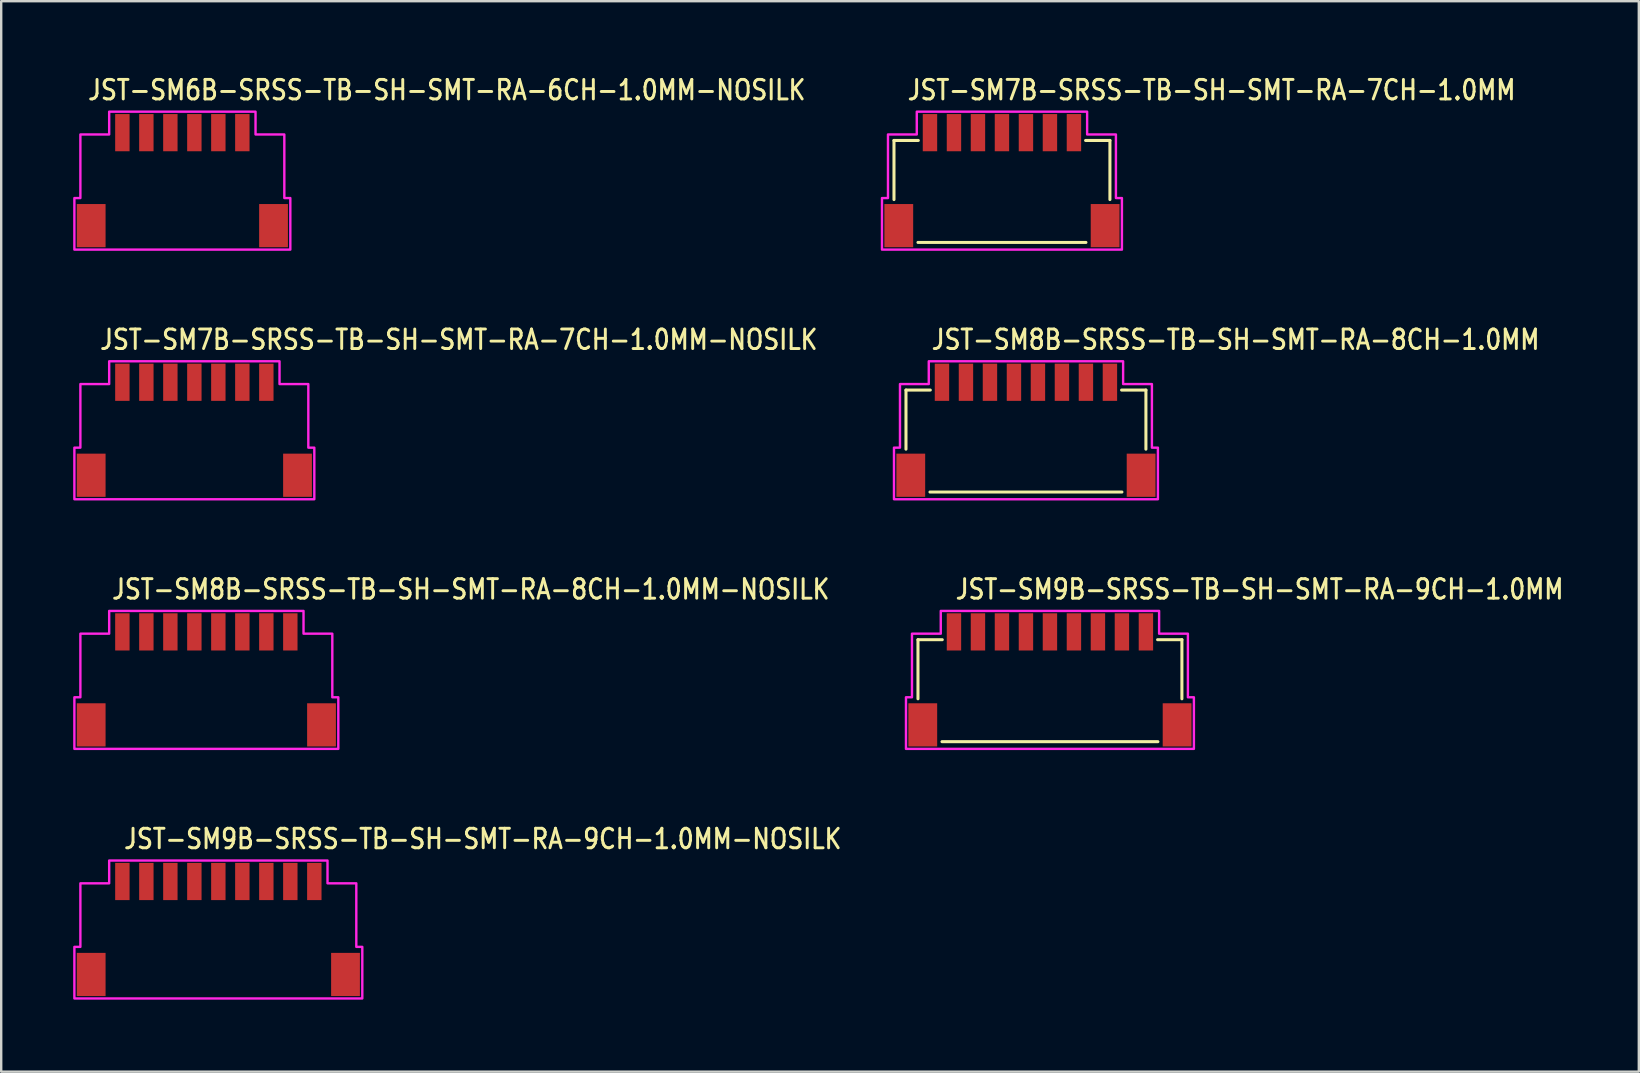
<source format=kicad_pcb>
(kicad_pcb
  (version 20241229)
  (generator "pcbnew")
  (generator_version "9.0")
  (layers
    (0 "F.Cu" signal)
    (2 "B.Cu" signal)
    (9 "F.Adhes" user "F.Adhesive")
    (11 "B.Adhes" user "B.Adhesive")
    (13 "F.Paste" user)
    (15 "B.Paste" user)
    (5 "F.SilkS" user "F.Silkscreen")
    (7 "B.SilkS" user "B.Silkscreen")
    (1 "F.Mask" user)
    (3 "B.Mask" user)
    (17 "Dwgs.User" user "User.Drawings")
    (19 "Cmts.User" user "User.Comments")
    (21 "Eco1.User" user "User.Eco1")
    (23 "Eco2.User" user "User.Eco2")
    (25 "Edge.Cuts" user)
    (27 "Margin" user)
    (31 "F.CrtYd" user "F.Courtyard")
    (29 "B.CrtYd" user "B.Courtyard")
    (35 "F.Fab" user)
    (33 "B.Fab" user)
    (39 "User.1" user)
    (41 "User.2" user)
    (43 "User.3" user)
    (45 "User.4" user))
  (footprint "JST-SM7B-SRSS-TB-SH-SMT-RA-7CH-1.0MM"
    (layer "F.Cu")
    (at 38.709 4.479)
    (property "Reference" "JST-SM7B-SRSS-TB-SH-SMT-RA-7CH-1.0MM" (at -4 -3.3 0) (unlocked yes) (layer "F.SilkS") (effects (font (size 0.813 0.695) (thickness 0.122)) (justify left bottom)))
    (fp_line (start -4.5 -1.675) (end -3.486 -1.675) (stroke (width 0.127) (type solid)) (layer "F.SilkS"))
    (fp_line (start -4.5 0.788) (end -4.5 -1.675) (stroke (width 0.127) (type solid)) (layer "F.SilkS"))
    (fp_line (start -3.5 2.575) (end 3.5 2.575) (stroke (width 0.127) (type solid)) (layer "F.SilkS"))
    (fp_line (start 3.486 -1.675) (end 4.5 -1.675) (stroke (width 0.127) (type solid)) (layer "F.SilkS"))
    (fp_line (start 4.5 -1.675) (end 4.5 0.788) (stroke (width 0.127) (type solid)) (layer "F.SilkS"))
    (fp_poly (pts (xy -5 2.875) (xy -5 0.725) (xy -4.75 0.725) (xy -4.75 -1.925) (xy -3.55 -1.925) (xy -3.55 -2.875) (xy 3.55 -2.875) (xy 3.55 -1.925) (xy 4.75 -1.925) (xy 4.75 0.725) (xy 5 0.725) (xy 5 2.875)) (stroke (width 0.1) (type solid)) (fill no) (layer "F.CrtYd"))
    (pad "1" smd rect (at -3 -2) (size 0.6 1.55) (layers "F.Cu" "F.Mask" "F.Paste"))
    (pad "2" smd rect (at -2 -2) (size 0.6 1.55) (layers "F.Cu" "F.Mask" "F.Paste"))
    (pad "3" smd rect (at -1 -2) (size 0.6 1.55) (layers "F.Cu" "F.Mask" "F.Paste"))
    (pad "4" smd rect (at 0 -2) (size 0.6 1.55) (layers "F.Cu" "F.Mask" "F.Paste"))
    (pad "5" smd rect (at 1 -2) (size 0.6 1.55) (layers "F.Cu" "F.Mask" "F.Paste"))
    (pad "6" smd rect (at 2 -2) (size 0.6 1.55) (layers "F.Cu" "F.Mask" "F.Paste"))
    (pad "7" smd rect (at 3 -2) (size 0.6 1.55) (layers "F.Cu" "F.Mask" "F.Paste"))
    (pad "S_6" smd rect (at -4.3 1.875) (size 1.2 1.8) (layers "F.Cu" "F.Mask" "F.Paste"))
    (pad "S_7" smd rect (at 4.3 1.875) (size 1.2 1.8) (layers "F.Cu" "F.Mask" "F.Paste")))
  (footprint "JST-SM8B-SRSS-TB-SH-SMT-RA-8CH-1.0MM-NOSILK"
    (layer "F.Cu")
    (at 5.55 25.286)
    (property "Reference" "JST-SM8B-SRSS-TB-SH-SMT-RA-8CH-1.0MM-NOSILK" (at -4 -3.3 0) (unlocked yes) (layer "F.SilkS") (effects (font (size 0.813 0.695) (thickness 0.122)) (justify left bottom)))
    (fp_poly (pts (xy -5.5 2.875) (xy -5.5 0.725) (xy -5.25 0.725) (xy -5.25 -1.925) (xy -4.05 -1.925) (xy -4.05 -2.875) (xy 4.05 -2.875) (xy 4.05 -1.925) (xy 5.25 -1.925) (xy 5.25 0.725) (xy 5.5 0.725) (xy 5.5 2.875)) (stroke (width 0.1) (type solid)) (fill no) (layer "F.CrtYd"))
    (pad "1" smd rect (at -3.5 -2) (size 0.6 1.55) (layers "F.Cu" "F.Mask" "F.Paste"))
    (pad "2" smd rect (at -2.5 -2) (size 0.6 1.55) (layers "F.Cu" "F.Mask" "F.Paste"))
    (pad "3" smd rect (at -1.5 -2) (size 0.6 1.55) (layers "F.Cu" "F.Mask" "F.Paste"))
    (pad "4" smd rect (at -0.5 -2) (size 0.6 1.55) (layers "F.Cu" "F.Mask" "F.Paste"))
    (pad "5" smd rect (at 0.5 -2) (size 0.6 1.55) (layers "F.Cu" "F.Mask" "F.Paste"))
    (pad "6" smd rect (at 1.5 -2) (size 0.6 1.55) (layers "F.Cu" "F.Mask" "F.Paste"))
    (pad "7" smd rect (at 2.5 -2) (size 0.6 1.55) (layers "F.Cu" "F.Mask" "F.Paste"))
    (pad "8" smd rect (at 3.5 -2) (size 0.6 1.55) (layers "F.Cu" "F.Mask" "F.Paste"))
    (pad "S_8" smd rect (at -4.8 1.875) (size 1.2 1.8) (layers "F.Cu" "F.Mask" "F.Paste"))
    (pad "S_9" smd rect (at 4.8 1.875) (size 1.2 1.8) (layers "F.Cu" "F.Mask" "F.Paste")))
  (footprint "JST-SM8B-SRSS-TB-SH-SMT-RA-8CH-1.0MM"
    (layer "F.Cu")
    (at 39.709 14.882)
    (property "Reference" "JST-SM8B-SRSS-TB-SH-SMT-RA-8CH-1.0MM" (at -4 -3.3 0) (unlocked yes) (layer "F.SilkS") (effects (font (size 0.813 0.695) (thickness 0.122)) (justify left bottom)))
    (fp_line (start -5 -1.675) (end -3.986 -1.675) (stroke (width 0.127) (type solid)) (layer "F.SilkS"))
    (fp_line (start -5 0.788) (end -5 -1.675) (stroke (width 0.127) (type solid)) (layer "F.SilkS"))
    (fp_line (start -4 2.575) (end 4 2.575) (stroke (width 0.127) (type solid)) (layer "F.SilkS"))
    (fp_line (start 3.986 -1.675) (end 5 -1.675) (stroke (width 0.127) (type solid)) (layer "F.SilkS"))
    (fp_line (start 5 -1.675) (end 5 0.788) (stroke (width 0.127) (type solid)) (layer "F.SilkS"))
    (fp_poly (pts (xy -5.5 2.875) (xy -5.5 0.725) (xy -5.25 0.725) (xy -5.25 -1.925) (xy -4.05 -1.925) (xy -4.05 -2.875) (xy 4.05 -2.875) (xy 4.05 -1.925) (xy 5.25 -1.925) (xy 5.25 0.725) (xy 5.5 0.725) (xy 5.5 2.875)) (stroke (width 0.1) (type solid)) (fill no) (layer "F.CrtYd"))
    (pad "1" smd rect (at -3.5 -2) (size 0.6 1.55) (layers "F.Cu" "F.Mask" "F.Paste"))
    (pad "2" smd rect (at -2.5 -2) (size 0.6 1.55) (layers "F.Cu" "F.Mask" "F.Paste"))
    (pad "3" smd rect (at -1.5 -2) (size 0.6 1.55) (layers "F.Cu" "F.Mask" "F.Paste"))
    (pad "4" smd rect (at -0.5 -2) (size 0.6 1.55) (layers "F.Cu" "F.Mask" "F.Paste"))
    (pad "5" smd rect (at 0.5 -2) (size 0.6 1.55) (layers "F.Cu" "F.Mask" "F.Paste"))
    (pad "6" smd rect (at 1.5 -2) (size 0.6 1.55) (layers "F.Cu" "F.Mask" "F.Paste"))
    (pad "7" smd rect (at 2.5 -2) (size 0.6 1.55) (layers "F.Cu" "F.Mask" "F.Paste"))
    (pad "8" smd rect (at 3.5 -2) (size 0.6 1.55) (layers "F.Cu" "F.Mask" "F.Paste"))
    (pad "S_7" smd rect (at -4.8 1.875) (size 1.2 1.8) (layers "F.Cu" "F.Mask" "F.Paste"))
    (pad "S_8" smd rect (at 4.8 1.875) (size 1.2 1.8) (layers "F.Cu" "F.Mask" "F.Paste")))
  (footprint "JST-SM9B-SRSS-TB-SH-SMT-RA-9CH-1.0MM"
    (layer "F.Cu")
    (at 40.709 25.286)
    (property "Reference" "JST-SM9B-SRSS-TB-SH-SMT-RA-9CH-1.0MM" (at -4 -3.3 0) (unlocked yes) (layer "F.SilkS") (effects (font (size 0.813 0.695) (thickness 0.122)) (justify left bottom)))
    (fp_line (start -5.5 -1.675) (end -4.487 -1.675) (stroke (width 0.127) (type solid)) (layer "F.SilkS"))
    (fp_line (start -5.5 0.788) (end -5.5 -1.675) (stroke (width 0.127) (type solid)) (layer "F.SilkS"))
    (fp_line (start -4.5 2.575) (end 4.5 2.575) (stroke (width 0.127) (type solid)) (layer "F.SilkS"))
    (fp_line (start 4.487 -1.675) (end 5.5 -1.675) (stroke (width 0.127) (type solid)) (layer "F.SilkS"))
    (fp_line (start 5.5 -1.675) (end 5.5 0.788) (stroke (width 0.127) (type solid)) (layer "F.SilkS"))
    (fp_poly (pts (xy -6 2.875) (xy -6 0.725) (xy -5.75 0.725) (xy -5.75 -1.925) (xy -4.55 -1.925) (xy -4.55 -2.875) (xy 4.55 -2.875) (xy 4.55 -1.925) (xy 5.75 -1.925) (xy 5.75 0.725) (xy 6 0.725) (xy 6 2.875)) (stroke (width 0.1) (type solid)) (fill no) (layer "F.CrtYd"))
    (pad "1" smd rect (at -4 -2) (size 0.6 1.55) (layers "F.Cu" "F.Mask" "F.Paste"))
    (pad "2" smd rect (at -3 -2) (size 0.6 1.55) (layers "F.Cu" "F.Mask" "F.Paste"))
    (pad "3" smd rect (at -2 -2) (size 0.6 1.55) (layers "F.Cu" "F.Mask" "F.Paste"))
    (pad "4" smd rect (at -1 -2) (size 0.6 1.55) (layers "F.Cu" "F.Mask" "F.Paste"))
    (pad "5" smd rect (at 0 -2) (size 0.6 1.55) (layers "F.Cu" "F.Mask" "F.Paste"))
    (pad "6" smd rect (at 1 -2) (size 0.6 1.55) (layers "F.Cu" "F.Mask" "F.Paste"))
    (pad "7" smd rect (at 2 -2) (size 0.6 1.55) (layers "F.Cu" "F.Mask" "F.Paste"))
    (pad "8" smd rect (at 3 -2) (size 0.6 1.55) (layers "F.Cu" "F.Mask" "F.Paste"))
    (pad "9" smd rect (at 4 -2) (size 0.6 1.55) (layers "F.Cu" "F.Mask" "F.Paste"))
    (pad "S_8" smd rect (at -5.3 1.875) (size 1.2 1.8) (layers "F.Cu" "F.Mask" "F.Paste"))
    (pad "S_9" smd rect (at 5.3 1.875) (size 1.2 1.8) (layers "F.Cu" "F.Mask" "F.Paste")))
  (footprint "JST-SM7B-SRSS-TB-SH-SMT-RA-7CH-1.0MM-NOSILK"
    (layer "F.Cu")
    (at 5.05 14.882)
    (property "Reference" "JST-SM7B-SRSS-TB-SH-SMT-RA-7CH-1.0MM-NOSILK" (at -4 -3.3 0) (unlocked yes) (layer "F.SilkS") (effects (font (size 0.813 0.695) (thickness 0.122)) (justify left bottom)))
    (fp_poly (pts (xy -5 2.875) (xy -5 0.725) (xy -4.75 0.725) (xy -4.75 -1.925) (xy -3.55 -1.925) (xy -3.55 -2.875) (xy 3.55 -2.875) (xy 3.55 -1.925) (xy 4.75 -1.925) (xy 4.75 0.725) (xy 5 0.725) (xy 5 2.875)) (stroke (width 0.1) (type solid)) (fill no) (layer "F.CrtYd"))
    (pad "1" smd rect (at -3 -2) (size 0.6 1.55) (layers "F.Cu" "F.Mask" "F.Paste"))
    (pad "2" smd rect (at -2 -2) (size 0.6 1.55) (layers "F.Cu" "F.Mask" "F.Paste"))
    (pad "3" smd rect (at -1 -2) (size 0.6 1.55) (layers "F.Cu" "F.Mask" "F.Paste"))
    (pad "4" smd rect (at 0 -2) (size 0.6 1.55) (layers "F.Cu" "F.Mask" "F.Paste"))
    (pad "5" smd rect (at 1 -2) (size 0.6 1.55) (layers "F.Cu" "F.Mask" "F.Paste"))
    (pad "6" smd rect (at 2 -2) (size 0.6 1.55) (layers "F.Cu" "F.Mask" "F.Paste"))
    (pad "7" smd rect (at 3 -2) (size 0.6 1.55) (layers "F.Cu" "F.Mask" "F.Paste"))
    (pad "S_7" smd rect (at -4.3 1.875) (size 1.2 1.8) (layers "F.Cu" "F.Mask" "F.Paste"))
    (pad "S_8" smd rect (at 4.3 1.875) (size 1.2 1.8) (layers "F.Cu" "F.Mask" "F.Paste")))
  (footprint "JST-SM9B-SRSS-TB-SH-SMT-RA-9CH-1.0MM-NOSILK"
    (layer "F.Cu")
    (at 6.05 35.689)
    (property "Reference" "JST-SM9B-SRSS-TB-SH-SMT-RA-9CH-1.0MM-NOSILK" (at -4 -3.3 0) (unlocked yes) (layer "F.SilkS") (effects (font (size 0.813 0.695) (thickness 0.122)) (justify left bottom)))
    (fp_poly (pts (xy -6 2.875) (xy -6 0.725) (xy -5.75 0.725) (xy -5.75 -1.925) (xy -4.55 -1.925) (xy -4.55 -2.875) (xy 4.55 -2.875) (xy 4.55 -1.925) (xy 5.75 -1.925) (xy 5.75 0.725) (xy 6 0.725) (xy 6 2.875)) (stroke (width 0.1) (type solid)) (fill no) (layer "F.CrtYd"))
    (pad "1" smd rect (at -4 -2) (size 0.6 1.55) (layers "F.Cu" "F.Mask" "F.Paste"))
    (pad "2" smd rect (at -3 -2) (size 0.6 1.55) (layers "F.Cu" "F.Mask" "F.Paste"))
    (pad "3" smd rect (at -2 -2) (size 0.6 1.55) (layers "F.Cu" "F.Mask" "F.Paste"))
    (pad "4" smd rect (at -1 -2) (size 0.6 1.55) (layers "F.Cu" "F.Mask" "F.Paste"))
    (pad "5" smd rect (at 0 -2) (size 0.6 1.55) (layers "F.Cu" "F.Mask" "F.Paste"))
    (pad "6" smd rect (at 1 -2) (size 0.6 1.55) (layers "F.Cu" "F.Mask" "F.Paste"))
    (pad "7" smd rect (at 2 -2) (size 0.6 1.55) (layers "F.Cu" "F.Mask" "F.Paste"))
    (pad "8" smd rect (at 3 -2) (size 0.6 1.55) (layers "F.Cu" "F.Mask" "F.Paste"))
    (pad "9" smd rect (at 4 -2) (size 0.6 1.55) (layers "F.Cu" "F.Mask" "F.Paste"))
    (pad "S_9" smd rect (at -5.3 1.875) (size 1.2 1.8) (layers "F.Cu" "F.Mask" "F.Paste"))
    (pad "S_10" smd rect (at 5.3 1.875) (size 1.2 1.8) (layers "F.Cu" "F.Mask" "F.Paste")))
  (footprint "JST-SM6B-SRSS-TB-SH-SMT-RA-6CH-1.0MM-NOSILK"
    (layer "F.Cu")
    (at 4.55 4.479)
    (property "Reference" "JST-SM6B-SRSS-TB-SH-SMT-RA-6CH-1.0MM-NOSILK" (at -4 -3.3 0) (unlocked yes) (layer "F.SilkS") (effects (font (size 0.813 0.695) (thickness 0.122)) (justify left bottom)))
    (fp_poly (pts (xy -4.5 2.875) (xy -4.5 0.725) (xy -4.25 0.725) (xy -4.25 -1.925) (xy -3.05 -1.925) (xy -3.05 -2.875) (xy 3.05 -2.875) (xy 3.05 -1.925) (xy 4.25 -1.925) (xy 4.25 0.725) (xy 4.5 0.725) (xy 4.5 2.875)) (stroke (width 0.1) (type solid)) (fill no) (layer "F.CrtYd"))
    (pad "1" smd rect (at -2.5 -2) (size 0.6 1.55) (layers "F.Cu" "F.Mask" "F.Paste"))
    (pad "2" smd rect (at -1.5 -2) (size 0.6 1.55) (layers "F.Cu" "F.Mask" "F.Paste"))
    (pad "3" smd rect (at -0.5 -2) (size 0.6 1.55) (layers "F.Cu" "F.Mask" "F.Paste"))
    (pad "4" smd rect (at 0.5 -2) (size 0.6 1.55) (layers "F.Cu" "F.Mask" "F.Paste"))
    (pad "5" smd rect (at 1.5 -2) (size 0.6 1.55) (layers "F.Cu" "F.Mask" "F.Paste"))
    (pad "6" smd rect (at 2.5 -2) (size 0.6 1.55) (layers "F.Cu" "F.Mask" "F.Paste"))
    (pad "S_6" smd rect (at -3.8 1.875) (size 1.2 1.8) (layers "F.Cu" "F.Mask" "F.Paste"))
    (pad "S_7" smd rect (at 3.8 1.875) (size 1.2 1.8) (layers "F.Cu" "F.Mask" "F.Paste")))
  (gr_rect
    (start -3 -3)
    (end 65.252 41.614)
    (stroke (width 0.1) (type default))
    (fill no)
    (layer "Edge.Cuts")))
</source>
